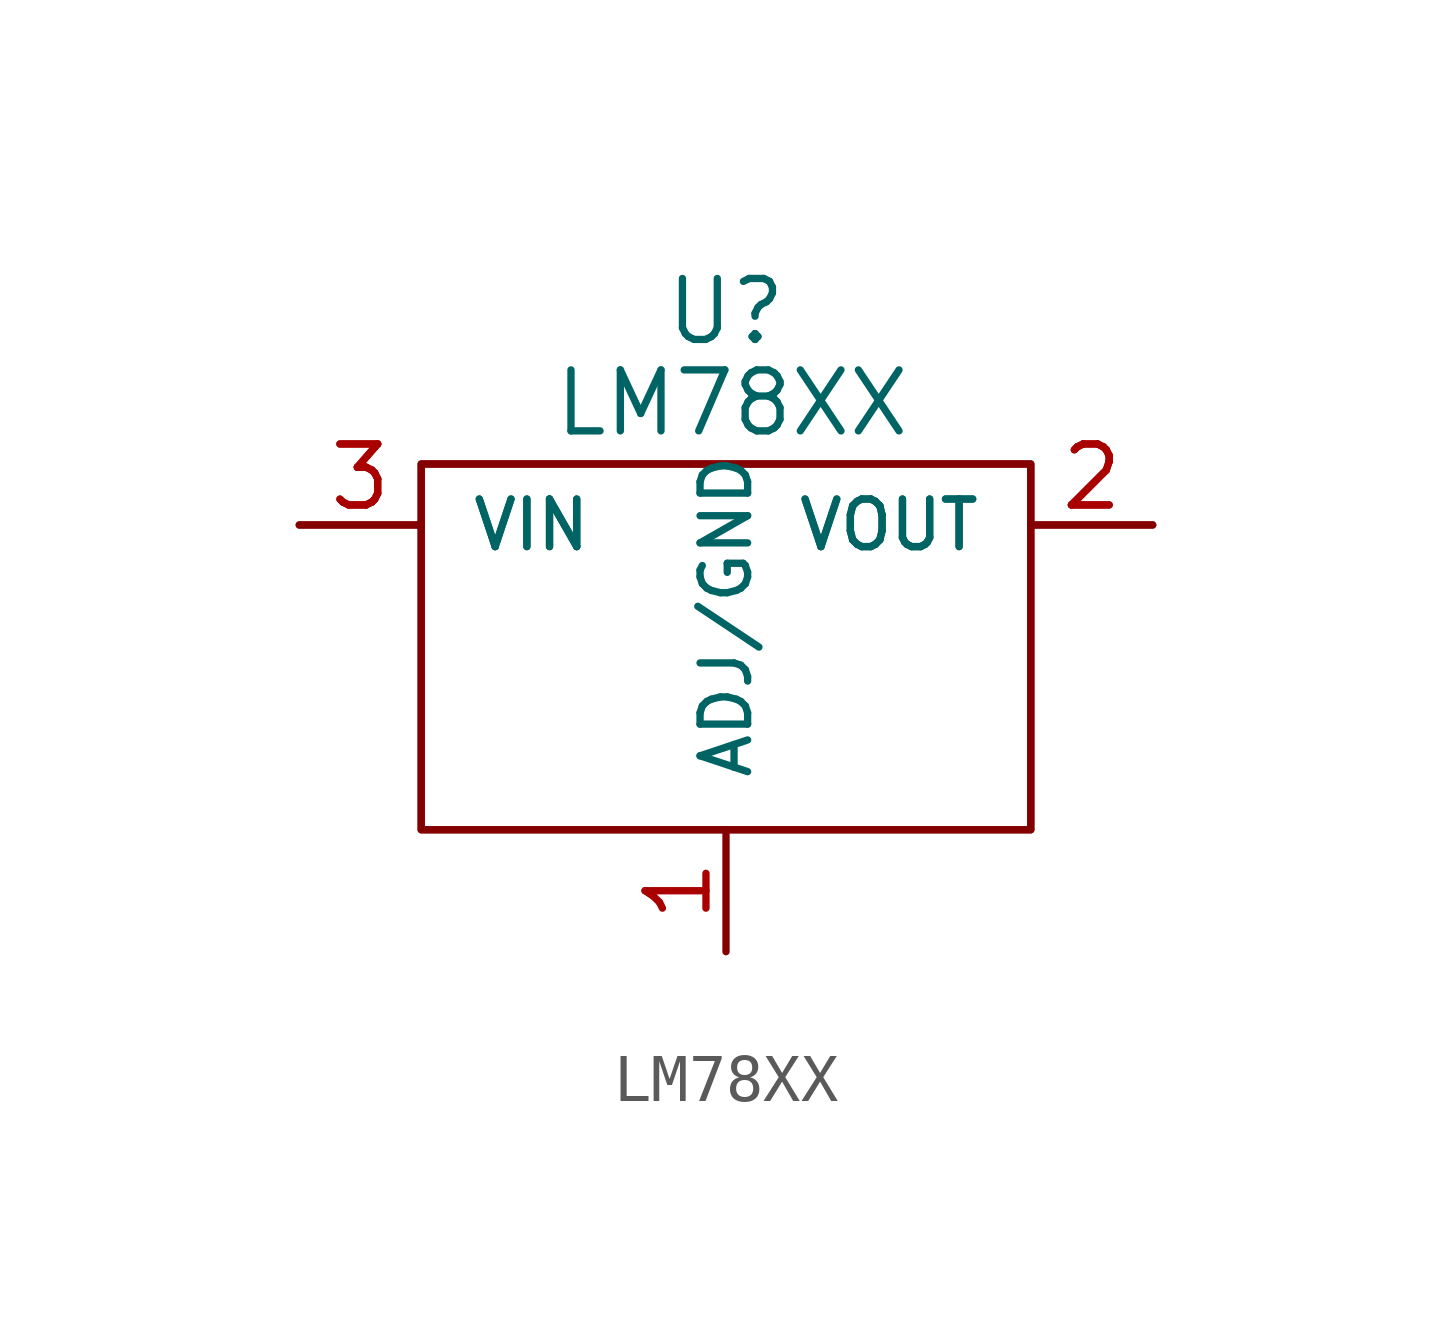
<source format=kicad_sym>
(kicad_symbol_lib
  (version 20231120)
  (generator "kicad_symbol_editor")
  (generator_version "8.0")
  (symbol "LM78XX"
    (pin_names
      (offset 1.016))
    (property "Reference" "U"
      (at 0 6.985 0)
      (effects (font (size 1.27 1.27))))
    (property "Value" "LM78XX"
      (at 0.127 5.08 0)
      (effects (font (size 1.27 1.27))))
    (symbol "LM78XX_1_1"
      (rectangle (start -6.35 3.81) (end 6.35 -3.81) (stroke (width 0) (type default)) (fill (type none)))
      (rectangle (start -6.35 3.81) (end 6.35 -3.81) (stroke (width 0) (type default)) (fill (type none)))
      (pin input line (at 0 -6.35 90) (length 2.54) (name "ADJ/GND" (effects (font (size 0.991 0.991)))) (number "1" (effects (font (size 1.27 1.27)))))
      (pin input line (at 8.89 2.54 180) (length 2.54) (name "VOUT" (effects (font (size 0.991 0.991)))) (number "2" (effects (font (size 1.27 1.27)))))
      (pin input line (at 8.89 2.54 180) (length 2.54) (name "VOUT" (effects (font (size 0.991 0.991)))) (number "2" (effects (font (size 1.27 1.27)))))
      (pin input line (at -8.89 2.54 0) (length 2.54) (name "VIN" (effects (font (size 0.991 0.991)))) (number "3" (effects (font (size 1.27 1.27)))))
      (pin input line (at -8.89 2.54 0) (length 2.54) (name "VIN" (effects (font (size 0.991 0.991)))) (number "3" (effects (font (size 1.27 1.27))))))))
</source>
